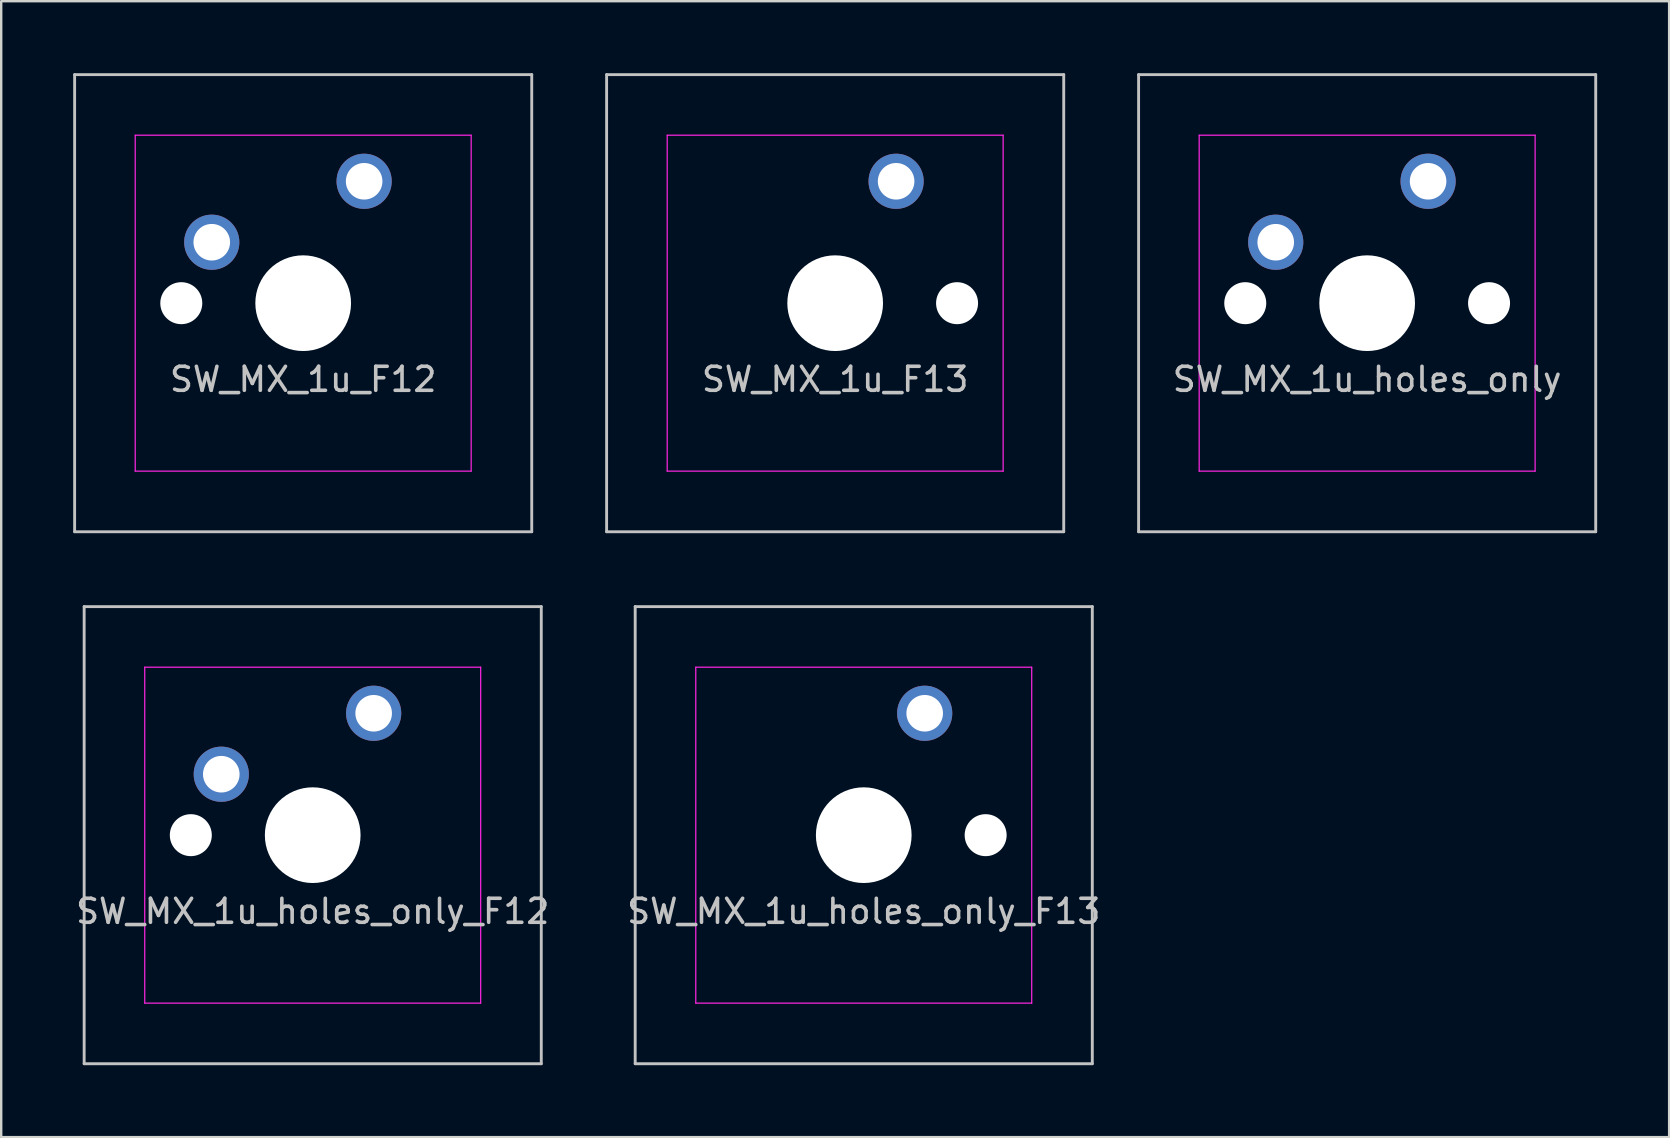
<source format=kicad_pcb>
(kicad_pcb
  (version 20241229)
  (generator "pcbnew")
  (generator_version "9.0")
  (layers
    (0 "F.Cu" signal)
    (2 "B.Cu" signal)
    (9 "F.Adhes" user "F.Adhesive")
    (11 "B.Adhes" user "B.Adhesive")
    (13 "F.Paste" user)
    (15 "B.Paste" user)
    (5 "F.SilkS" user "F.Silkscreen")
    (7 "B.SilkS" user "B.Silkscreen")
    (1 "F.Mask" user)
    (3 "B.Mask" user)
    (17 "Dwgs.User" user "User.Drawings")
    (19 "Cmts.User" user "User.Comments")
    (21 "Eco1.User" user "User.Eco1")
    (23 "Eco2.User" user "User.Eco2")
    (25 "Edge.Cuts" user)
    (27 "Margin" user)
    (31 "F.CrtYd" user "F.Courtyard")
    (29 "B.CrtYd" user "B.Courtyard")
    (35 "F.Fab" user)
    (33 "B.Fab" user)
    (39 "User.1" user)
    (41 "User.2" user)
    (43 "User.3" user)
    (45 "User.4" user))
  (footprint "SW_MX_1u_holes_only"
    (layer "F.Cu")
    (at 53.925 9.585)
    (property "Reference" "SW_MX_1u_holes_only" (at 0 3.175 0) (layer "Dwgs.User") (effects (font (size 1 1) (thickness 0.15))))
    (attr through_hole exclude_from_pos_files exclude_from_bom)
    (fp_line (start -9.525 -9.525) (end -9.525 9.525) (stroke (width 0.12) (type solid)) (layer "Dwgs.User"))
    (fp_line (start -9.525 9.525) (end 9.525 9.525) (stroke (width 0.12) (type solid)) (layer "Dwgs.User"))
    (fp_line (start 9.525 -9.525) (end -9.525 -9.525) (stroke (width 0.12) (type solid)) (layer "Dwgs.User"))
    (fp_line (start 9.525 9.525) (end 9.525 -9.525) (stroke (width 0.12) (type solid)) (layer "Dwgs.User"))
    (fp_line (start -7 6.5) (end -7 -6.5) (stroke (width 0.05) (type solid)) (layer "Eco2.User"))
    (fp_line (start -6.5 -7) (end 6.5 -7) (stroke (width 0.05) (type solid)) (layer "Eco2.User"))
    (fp_line (start 6.5 7) (end -6.5 7) (stroke (width 0.05) (type solid)) (layer "Eco2.User"))
    (fp_line (start 7 -6.5) (end 7 6.5) (stroke (width 0.05) (type solid)) (layer "Eco2.User"))
    (fp_arc (start -7 -6.5) (mid -6.853553 -6.853553) (end -6.5 -7) (stroke (width 0.05) (type solid)) (layer "Eco2.User"))
    (fp_arc (start -6.5 7) (mid -6.853553 6.853553) (end -7 6.5) (stroke (width 0.05) (type solid)) (layer "Eco2.User"))
    (fp_arc (start 6.5 -7) (mid 6.853553 -6.853553) (end 7 -6.5) (stroke (width 0.05) (type solid)) (layer "Eco2.User"))
    (fp_arc (start 6.997236 6.498884) (mid 6.850789 6.852437) (end 6.497236 6.998884) (stroke (width 0.05) (type solid)) (layer "Eco2.User"))
    (fp_line (start -7 -7) (end -7 7) (stroke (width 0.05) (type solid)) (layer "F.CrtYd"))
    (fp_line (start -7 7) (end 7 7) (stroke (width 0.05) (type solid)) (layer "F.CrtYd"))
    (fp_line (start 7 -7) (end -7 -7) (stroke (width 0.05) (type solid)) (layer "F.CrtYd"))
    (fp_line (start 7 7) (end 7 -7) (stroke (width 0.05) (type solid)) (layer "F.CrtYd"))
    (pad "" np_thru_hole circle (at -5.08 0) (size 1.75 1.75) (drill 1.75) (layers "*.Cu" "*.Mask"))
    (pad "" np_thru_hole circle (at 0 0) (size 3.988 3.988) (drill 3.988) (layers "*.Cu" "*.Mask"))
    (pad "" np_thru_hole circle (at 5.08 0) (size 1.75 1.75) (drill 1.75) (layers "*.Cu" "*.Mask"))
    (pad "1" thru_hole circle (at -3.81 -2.54) (size 2.3 2.3) (drill 1.524) (layers "*.Cu" "B.Mask"))
    (pad "2" thru_hole circle (at 2.54 -5.08) (size 2.3 2.3) (drill 1.524) (layers "*.Cu" "B.Mask")))
  (footprint "SW_MX_1u_holes_only_F12"
    (layer "F.Cu")
    (at 9.982 31.755)
    (property "Reference" "SW_MX_1u_holes_only_F12" (at 0 3.175 0) (layer "Dwgs.User") (effects (font (size 1 1) (thickness 0.15))))
    (attr through_hole exclude_from_pos_files exclude_from_bom)
    (fp_line (start -9.525 -9.525) (end -9.525 9.525) (stroke (width 0.12) (type solid)) (layer "Dwgs.User"))
    (fp_line (start -9.525 9.525) (end 9.525 9.525) (stroke (width 0.12) (type solid)) (layer "Dwgs.User"))
    (fp_line (start 9.525 -9.525) (end -9.525 -9.525) (stroke (width 0.12) (type solid)) (layer "Dwgs.User"))
    (fp_line (start 9.525 9.525) (end 9.525 -9.525) (stroke (width 0.12) (type solid)) (layer "Dwgs.User"))
    (fp_line (start -7 6.5) (end -7 -6.5) (stroke (width 0.05) (type solid)) (layer "Eco2.User"))
    (fp_line (start -6.5 -7) (end 6.5 -7) (stroke (width 0.05) (type solid)) (layer "Eco2.User"))
    (fp_line (start 6.5 7) (end -6.5 7) (stroke (width 0.05) (type solid)) (layer "Eco2.User"))
    (fp_line (start 7 -6.5) (end 7 6.5) (stroke (width 0.05) (type solid)) (layer "Eco2.User"))
    (fp_arc (start -7 -6.5) (mid -6.853553 -6.853553) (end -6.5 -7) (stroke (width 0.05) (type solid)) (layer "Eco2.User"))
    (fp_arc (start -6.5 7) (mid -6.853553 6.853553) (end -7 6.5) (stroke (width 0.05) (type solid)) (layer "Eco2.User"))
    (fp_arc (start 6.5 -7) (mid 6.853553 -6.853553) (end 7 -6.5) (stroke (width 0.05) (type solid)) (layer "Eco2.User"))
    (fp_arc (start 6.997236 6.498884) (mid 6.850789 6.852437) (end 6.497236 6.998884) (stroke (width 0.05) (type solid)) (layer "Eco2.User"))
    (fp_line (start -7 -7) (end -7 7) (stroke (width 0.05) (type solid)) (layer "F.CrtYd"))
    (fp_line (start -7 7) (end 7 7) (stroke (width 0.05) (type solid)) (layer "F.CrtYd"))
    (fp_line (start 7 -7) (end -7 -7) (stroke (width 0.05) (type solid)) (layer "F.CrtYd"))
    (fp_line (start 7 7) (end 7 -7) (stroke (width 0.05) (type solid)) (layer "F.CrtYd"))
    (pad "" np_thru_hole circle (at -5.08 0) (size 1.75 1.75) (drill 1.75) (layers "*.Cu" "*.Mask"))
    (pad "" np_thru_hole circle (at 0 0) (size 3.988 3.988) (drill 3.988) (layers "*.Cu" "*.Mask"))
    (pad "1" thru_hole circle (at -3.81 -2.54) (size 2.3 2.3) (drill 1.524) (layers "*.Cu" "B.Mask"))
    (pad "2" thru_hole circle (at 2.54 -5.08) (size 2.3 2.3) (drill 1.524) (layers "*.Cu" "B.Mask")))
  (footprint "SW_MX_1u_F13"
    (layer "F.Cu")
    (at 31.755 9.585)
    (property "Reference" "SW_MX_1u_F13" (at 0 3.175 0) (layer "Dwgs.User") (effects (font (size 1 1) (thickness 0.15))))
    (attr through_hole exclude_from_pos_files exclude_from_bom)
    (fp_line (start -9.525 -9.525) (end -9.525 9.525) (stroke (width 0.12) (type solid)) (layer "Dwgs.User"))
    (fp_line (start -9.525 9.525) (end 9.525 9.525) (stroke (width 0.12) (type solid)) (layer "Dwgs.User"))
    (fp_line (start 9.525 -9.525) (end -9.525 -9.525) (stroke (width 0.12) (type solid)) (layer "Dwgs.User"))
    (fp_line (start 9.525 9.525) (end 9.525 -9.525) (stroke (width 0.12) (type solid)) (layer "Dwgs.User"))
    (fp_line (start -7 6.5) (end -7 -6.5) (stroke (width 0.05) (type solid)) (layer "Eco2.User"))
    (fp_line (start -6.5 -7) (end 6.5 -7) (stroke (width 0.05) (type solid)) (layer "Eco2.User"))
    (fp_line (start 6.5 7) (end -6.5 7) (stroke (width 0.05) (type solid)) (layer "Eco2.User"))
    (fp_line (start 7 -6.5) (end 7 6.5) (stroke (width 0.05) (type solid)) (layer "Eco2.User"))
    (fp_arc (start -7 -6.5) (mid -6.853553 -6.853553) (end -6.5 -7) (stroke (width 0.05) (type solid)) (layer "Eco2.User"))
    (fp_arc (start -6.5 7) (mid -6.853553 6.853553) (end -7 6.5) (stroke (width 0.05) (type solid)) (layer "Eco2.User"))
    (fp_arc (start 6.5 -7) (mid 6.853553 -6.853553) (end 7 -6.5) (stroke (width 0.05) (type solid)) (layer "Eco2.User"))
    (fp_arc (start 6.997236 6.498884) (mid 6.850789 6.852437) (end 6.497236 6.998884) (stroke (width 0.05) (type solid)) (layer "Eco2.User"))
    (fp_line (start -7 -7) (end -7 7) (stroke (width 0.05) (type solid)) (layer "F.CrtYd"))
    (fp_line (start -7 7) (end 7 7) (stroke (width 0.05) (type solid)) (layer "F.CrtYd"))
    (fp_line (start 7 -7) (end -7 -7) (stroke (width 0.05) (type solid)) (layer "F.CrtYd"))
    (fp_line (start 7 7) (end 7 -7) (stroke (width 0.05) (type solid)) (layer "F.CrtYd"))
    (pad "" np_thru_hole circle (at 0 0) (size 3.988 3.988) (drill 3.988) (layers "*.Cu" "*.Mask"))
    (pad "" np_thru_hole circle (at 5.08 0) (size 1.75 1.75) (drill 1.75) (layers "*.Cu" "*.Mask"))
    (pad "2" thru_hole circle (at 2.54 -5.08) (size 2.3 2.3) (drill 1.524) (layers "*.Cu" "B.Mask")))
  (footprint "SW_MX_1u_F12"
    (layer "F.Cu")
    (at 9.585 9.585)
    (property "Reference" "SW_MX_1u_F12" (at 0 3.175 0) (layer "Dwgs.User") (effects (font (size 1 1) (thickness 0.15))))
    (attr through_hole exclude_from_pos_files exclude_from_bom)
    (fp_line (start -9.525 -9.525) (end -9.525 9.525) (stroke (width 0.12) (type solid)) (layer "Dwgs.User"))
    (fp_line (start -9.525 9.525) (end 9.525 9.525) (stroke (width 0.12) (type solid)) (layer "Dwgs.User"))
    (fp_line (start 9.525 -9.525) (end -9.525 -9.525) (stroke (width 0.12) (type solid)) (layer "Dwgs.User"))
    (fp_line (start 9.525 9.525) (end 9.525 -9.525) (stroke (width 0.12) (type solid)) (layer "Dwgs.User"))
    (fp_line (start -7 6.5) (end -7 -6.5) (stroke (width 0.05) (type solid)) (layer "Eco2.User"))
    (fp_line (start -6.5 -7) (end 6.5 -7) (stroke (width 0.05) (type solid)) (layer "Eco2.User"))
    (fp_line (start 6.5 7) (end -6.5 7) (stroke (width 0.05) (type solid)) (layer "Eco2.User"))
    (fp_line (start 7 -6.5) (end 7 6.5) (stroke (width 0.05) (type solid)) (layer "Eco2.User"))
    (fp_arc (start -7 -6.5) (mid -6.853553 -6.853553) (end -6.5 -7) (stroke (width 0.05) (type solid)) (layer "Eco2.User"))
    (fp_arc (start -6.5 7) (mid -6.853553 6.853553) (end -7 6.5) (stroke (width 0.05) (type solid)) (layer "Eco2.User"))
    (fp_arc (start 6.5 -7) (mid 6.853553 -6.853553) (end 7 -6.5) (stroke (width 0.05) (type solid)) (layer "Eco2.User"))
    (fp_arc (start 6.997236 6.498884) (mid 6.850789 6.852437) (end 6.497236 6.998884) (stroke (width 0.05) (type solid)) (layer "Eco2.User"))
    (fp_line (start -7 -7) (end -7 7) (stroke (width 0.05) (type solid)) (layer "F.CrtYd"))
    (fp_line (start -7 7) (end 7 7) (stroke (width 0.05) (type solid)) (layer "F.CrtYd"))
    (fp_line (start 7 -7) (end -7 -7) (stroke (width 0.05) (type solid)) (layer "F.CrtYd"))
    (fp_line (start 7 7) (end 7 -7) (stroke (width 0.05) (type solid)) (layer "F.CrtYd"))
    (pad "" np_thru_hole circle (at -5.08 0) (size 1.75 1.75) (drill 1.75) (layers "*.Cu" "*.Mask"))
    (pad "" np_thru_hole circle (at 0 0) (size 3.988 3.988) (drill 3.988) (layers "*.Cu" "*.Mask"))
    (pad "1" thru_hole circle (at -3.81 -2.54) (size 2.3 2.3) (drill 1.524) (layers "*.Cu" "B.Mask"))
    (pad "2" thru_hole circle (at 2.54 -5.08) (size 2.3 2.3) (drill 1.524) (layers "*.Cu" "B.Mask")))
  (footprint "SW_MX_1u_holes_only_F13"
    (layer "F.Cu")
    (at 32.946 31.755)
    (property "Reference" "SW_MX_1u_holes_only_F13" (at 0 3.175 0) (layer "Dwgs.User") (effects (font (size 1 1) (thickness 0.15))))
    (attr through_hole exclude_from_pos_files exclude_from_bom)
    (fp_line (start -9.525 -9.525) (end -9.525 9.525) (stroke (width 0.12) (type solid)) (layer "Dwgs.User"))
    (fp_line (start -9.525 9.525) (end 9.525 9.525) (stroke (width 0.12) (type solid)) (layer "Dwgs.User"))
    (fp_line (start 9.525 -9.525) (end -9.525 -9.525) (stroke (width 0.12) (type solid)) (layer "Dwgs.User"))
    (fp_line (start 9.525 9.525) (end 9.525 -9.525) (stroke (width 0.12) (type solid)) (layer "Dwgs.User"))
    (fp_line (start -7 6.5) (end -7 -6.5) (stroke (width 0.05) (type solid)) (layer "Eco2.User"))
    (fp_line (start -6.5 -7) (end 6.5 -7) (stroke (width 0.05) (type solid)) (layer "Eco2.User"))
    (fp_line (start 6.5 7) (end -6.5 7) (stroke (width 0.05) (type solid)) (layer "Eco2.User"))
    (fp_line (start 7 -6.5) (end 7 6.5) (stroke (width 0.05) (type solid)) (layer "Eco2.User"))
    (fp_arc (start -7 -6.5) (mid -6.853553 -6.853553) (end -6.5 -7) (stroke (width 0.05) (type solid)) (layer "Eco2.User"))
    (fp_arc (start -6.5 7) (mid -6.853553 6.853553) (end -7 6.5) (stroke (width 0.05) (type solid)) (layer "Eco2.User"))
    (fp_arc (start 6.5 -7) (mid 6.853553 -6.853553) (end 7 -6.5) (stroke (width 0.05) (type solid)) (layer "Eco2.User"))
    (fp_arc (start 6.997236 6.498884) (mid 6.850789 6.852437) (end 6.497236 6.998884) (stroke (width 0.05) (type solid)) (layer "Eco2.User"))
    (fp_line (start -7 -7) (end -7 7) (stroke (width 0.05) (type solid)) (layer "F.CrtYd"))
    (fp_line (start -7 7) (end 7 7) (stroke (width 0.05) (type solid)) (layer "F.CrtYd"))
    (fp_line (start 7 -7) (end -7 -7) (stroke (width 0.05) (type solid)) (layer "F.CrtYd"))
    (fp_line (start 7 7) (end 7 -7) (stroke (width 0.05) (type solid)) (layer "F.CrtYd"))
    (pad "" np_thru_hole circle (at 0 0) (size 3.988 3.988) (drill 3.988) (layers "*.Cu" "*.Mask"))
    (pad "" np_thru_hole circle (at 5.08 0) (size 1.75 1.75) (drill 1.75) (layers "*.Cu" "*.Mask"))
    (pad "2" thru_hole circle (at 2.54 -5.08) (size 2.3 2.3) (drill 1.524) (layers "*.Cu" "B.Mask")))
  (gr_rect
    (start -3 -3)
    (end 66.51 44.34)
    (stroke (width 0.1) (type default))
    (fill no)
    (layer "Edge.Cuts")))
</source>
